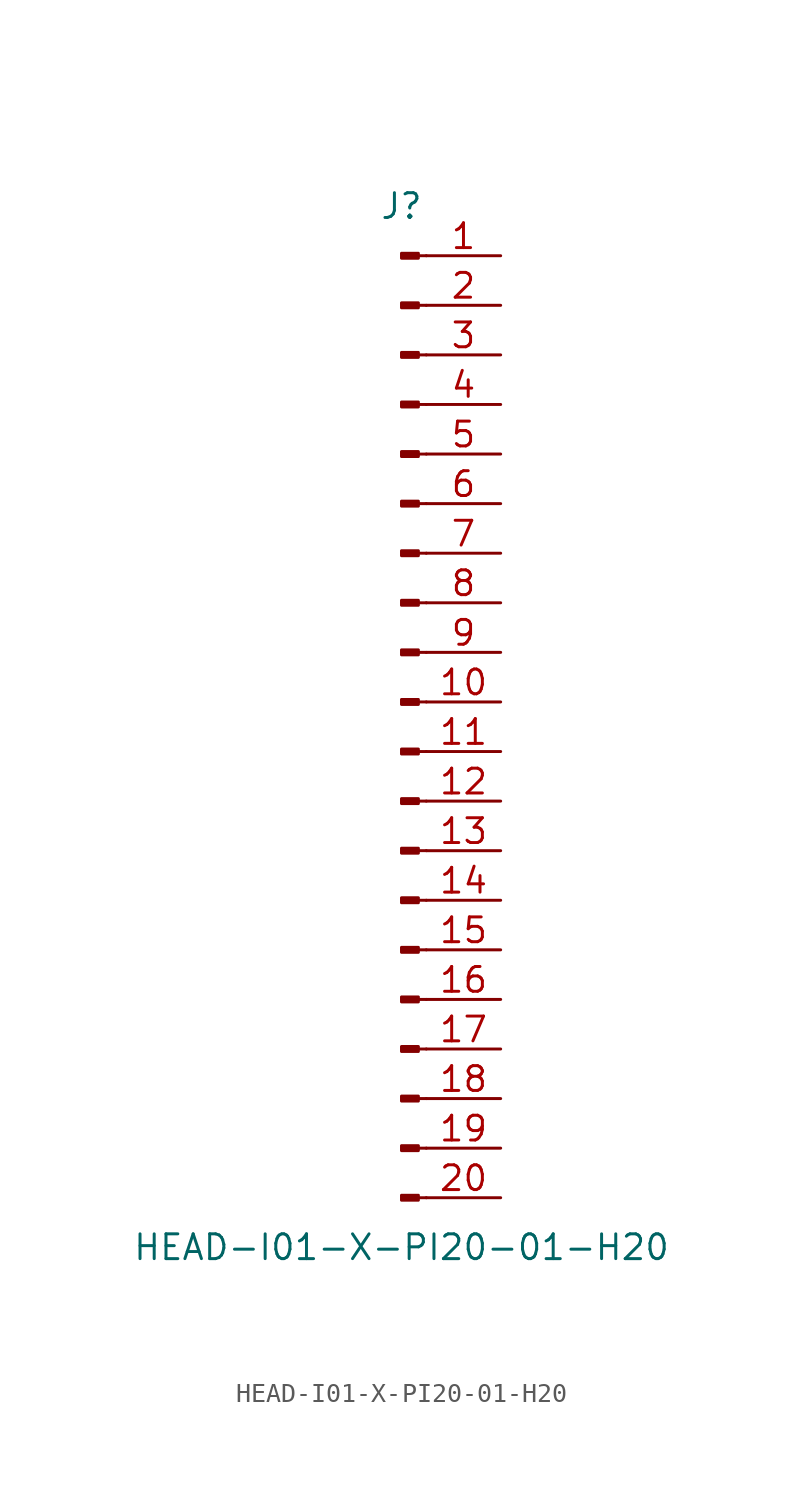
<source format=kicad_sym>
(kicad_symbol_lib
  (version 20211014)
  (generator kicad_symbol_editor)
  (symbol "HEAD-I01-X-PI20-01-H20"
    (pin_names
      (offset 1.016) hide)
    (property "Reference" "J"
      (at 0 25.4 0)
      (effects (font (size 1.27 1.27))))
    (property "Value" "HEAD-I01-X-PI20-01-H20"
      (at 0 -27.94 0)
      (effects (font (size 1.27 1.27))))
    (symbol "HEAD-I01-X-PI20-01-H20_1_1"
      (polyline (pts (xy 1.27 -25.4) (xy 0.864 -25.4)) (stroke (width 0.152) (type default) (color 0 0 0 0)) (fill (type none)))
      (polyline (pts (xy 1.27 -22.86) (xy 0.864 -22.86)) (stroke (width 0.152) (type default) (color 0 0 0 0)) (fill (type none)))
      (polyline (pts (xy 1.27 -20.32) (xy 0.864 -20.32)) (stroke (width 0.152) (type default) (color 0 0 0 0)) (fill (type none)))
      (polyline (pts (xy 1.27 -17.78) (xy 0.864 -17.78)) (stroke (width 0.152) (type default) (color 0 0 0 0)) (fill (type none)))
      (polyline (pts (xy 1.27 -15.24) (xy 0.864 -15.24)) (stroke (width 0.152) (type default) (color 0 0 0 0)) (fill (type none)))
      (polyline (pts (xy 1.27 -12.7) (xy 0.864 -12.7)) (stroke (width 0.152) (type default) (color 0 0 0 0)) (fill (type none)))
      (polyline (pts (xy 1.27 -10.16) (xy 0.864 -10.16)) (stroke (width 0.152) (type default) (color 0 0 0 0)) (fill (type none)))
      (polyline (pts (xy 1.27 -7.62) (xy 0.864 -7.62)) (stroke (width 0.152) (type default) (color 0 0 0 0)) (fill (type none)))
      (polyline (pts (xy 1.27 -5.08) (xy 0.864 -5.08)) (stroke (width 0.152) (type default) (color 0 0 0 0)) (fill (type none)))
      (polyline (pts (xy 1.27 -2.54) (xy 0.864 -2.54)) (stroke (width 0.152) (type default) (color 0 0 0 0)) (fill (type none)))
      (polyline (pts (xy 1.27 0) (xy 0.864 0)) (stroke (width 0.152) (type default) (color 0 0 0 0)) (fill (type none)))
      (polyline (pts (xy 1.27 2.54) (xy 0.864 2.54)) (stroke (width 0.152) (type default) (color 0 0 0 0)) (fill (type none)))
      (polyline (pts (xy 1.27 5.08) (xy 0.864 5.08)) (stroke (width 0.152) (type default) (color 0 0 0 0)) (fill (type none)))
      (polyline (pts (xy 1.27 7.62) (xy 0.864 7.62)) (stroke (width 0.152) (type default) (color 0 0 0 0)) (fill (type none)))
      (polyline (pts (xy 1.27 10.16) (xy 0.864 10.16)) (stroke (width 0.152) (type default) (color 0 0 0 0)) (fill (type none)))
      (polyline (pts (xy 1.27 12.7) (xy 0.864 12.7)) (stroke (width 0.152) (type default) (color 0 0 0 0)) (fill (type none)))
      (polyline (pts (xy 1.27 15.24) (xy 0.864 15.24)) (stroke (width 0.152) (type default) (color 0 0 0 0)) (fill (type none)))
      (polyline (pts (xy 1.27 17.78) (xy 0.864 17.78)) (stroke (width 0.152) (type default) (color 0 0 0 0)) (fill (type none)))
      (polyline (pts (xy 1.27 20.32) (xy 0.864 20.32)) (stroke (width 0.152) (type default) (color 0 0 0 0)) (fill (type none)))
      (polyline (pts (xy 1.27 22.86) (xy 0.864 22.86)) (stroke (width 0.152) (type default) (color 0 0 0 0)) (fill (type none)))
      (rectangle (start 0.864 -25.273) (end 0 -25.527) (stroke (width 0.152) (type default) (color 0 0 0 0)) (fill (type outline)))
      (rectangle (start 0.864 -22.733) (end 0 -22.987) (stroke (width 0.152) (type default) (color 0 0 0 0)) (fill (type outline)))
      (rectangle (start 0.864 -20.193) (end 0 -20.447) (stroke (width 0.152) (type default) (color 0 0 0 0)) (fill (type outline)))
      (rectangle (start 0.864 -17.653) (end 0 -17.907) (stroke (width 0.152) (type default) (color 0 0 0 0)) (fill (type outline)))
      (rectangle (start 0.864 -15.113) (end 0 -15.367) (stroke (width 0.152) (type default) (color 0 0 0 0)) (fill (type outline)))
      (rectangle (start 0.864 -12.573) (end 0 -12.827) (stroke (width 0.152) (type default) (color 0 0 0 0)) (fill (type outline)))
      (rectangle (start 0.864 -10.033) (end 0 -10.287) (stroke (width 0.152) (type default) (color 0 0 0 0)) (fill (type outline)))
      (rectangle (start 0.864 -7.493) (end 0 -7.747) (stroke (width 0.152) (type default) (color 0 0 0 0)) (fill (type outline)))
      (rectangle (start 0.864 -4.953) (end 0 -5.207) (stroke (width 0.152) (type default) (color 0 0 0 0)) (fill (type outline)))
      (rectangle (start 0.864 -2.413) (end 0 -2.667) (stroke (width 0.152) (type default) (color 0 0 0 0)) (fill (type outline)))
      (rectangle (start 0.864 0.127) (end 0 -0.127) (stroke (width 0.152) (type default) (color 0 0 0 0)) (fill (type outline)))
      (rectangle (start 0.864 2.667) (end 0 2.413) (stroke (width 0.152) (type default) (color 0 0 0 0)) (fill (type outline)))
      (rectangle (start 0.864 5.207) (end 0 4.953) (stroke (width 0.152) (type default) (color 0 0 0 0)) (fill (type outline)))
      (rectangle (start 0.864 7.747) (end 0 7.493) (stroke (width 0.152) (type default) (color 0 0 0 0)) (fill (type outline)))
      (rectangle (start 0.864 10.287) (end 0 10.033) (stroke (width 0.152) (type default) (color 0 0 0 0)) (fill (type outline)))
      (rectangle (start 0.864 12.827) (end 0 12.573) (stroke (width 0.152) (type default) (color 0 0 0 0)) (fill (type outline)))
      (rectangle (start 0.864 15.367) (end 0 15.113) (stroke (width 0.152) (type default) (color 0 0 0 0)) (fill (type outline)))
      (rectangle (start 0.864 17.907) (end 0 17.653) (stroke (width 0.152) (type default) (color 0 0 0 0)) (fill (type outline)))
      (rectangle (start 0.864 20.447) (end 0 20.193) (stroke (width 0.152) (type default) (color 0 0 0 0)) (fill (type outline)))
      (rectangle (start 0.864 22.987) (end 0 22.733) (stroke (width 0.152) (type default) (color 0 0 0 0)) (fill (type outline)))
      (pin passive line (at 5.08 22.86 180) (length 3.81) (name "Pin_1" (effects (font (size 1.27 1.27)))) (number "1" (effects (font (size 1.27 1.27)))))
      (pin passive line (at 5.08 0 180) (length 3.81) (name "Pin_10" (effects (font (size 1.27 1.27)))) (number "10" (effects (font (size 1.27 1.27)))))
      (pin passive line (at 5.08 -2.54 180) (length 3.81) (name "Pin_11" (effects (font (size 1.27 1.27)))) (number "11" (effects (font (size 1.27 1.27)))))
      (pin passive line (at 5.08 -5.08 180) (length 3.81) (name "Pin_12" (effects (font (size 1.27 1.27)))) (number "12" (effects (font (size 1.27 1.27)))))
      (pin passive line (at 5.08 -7.62 180) (length 3.81) (name "Pin_13" (effects (font (size 1.27 1.27)))) (number "13" (effects (font (size 1.27 1.27)))))
      (pin passive line (at 5.08 -10.16 180) (length 3.81) (name "Pin_14" (effects (font (size 1.27 1.27)))) (number "14" (effects (font (size 1.27 1.27)))))
      (pin passive line (at 5.08 -12.7 180) (length 3.81) (name "Pin_15" (effects (font (size 1.27 1.27)))) (number "15" (effects (font (size 1.27 1.27)))))
      (pin passive line (at 5.08 -15.24 180) (length 3.81) (name "Pin_16" (effects (font (size 1.27 1.27)))) (number "16" (effects (font (size 1.27 1.27)))))
      (pin passive line (at 5.08 -17.78 180) (length 3.81) (name "Pin_17" (effects (font (size 1.27 1.27)))) (number "17" (effects (font (size 1.27 1.27)))))
      (pin passive line (at 5.08 -20.32 180) (length 3.81) (name "Pin_18" (effects (font (size 1.27 1.27)))) (number "18" (effects (font (size 1.27 1.27)))))
      (pin passive line (at 5.08 -22.86 180) (length 3.81) (name "Pin_19" (effects (font (size 1.27 1.27)))) (number "19" (effects (font (size 1.27 1.27)))))
      (pin passive line (at 5.08 20.32 180) (length 3.81) (name "Pin_2" (effects (font (size 1.27 1.27)))) (number "2" (effects (font (size 1.27 1.27)))))
      (pin passive line (at 5.08 -25.4 180) (length 3.81) (name "Pin_20" (effects (font (size 1.27 1.27)))) (number "20" (effects (font (size 1.27 1.27)))))
      (pin passive line (at 5.08 17.78 180) (length 3.81) (name "Pin_3" (effects (font (size 1.27 1.27)))) (number "3" (effects (font (size 1.27 1.27)))))
      (pin passive line (at 5.08 15.24 180) (length 3.81) (name "Pin_4" (effects (font (size 1.27 1.27)))) (number "4" (effects (font (size 1.27 1.27)))))
      (pin passive line (at 5.08 12.7 180) (length 3.81) (name "Pin_5" (effects (font (size 1.27 1.27)))) (number "5" (effects (font (size 1.27 1.27)))))
      (pin passive line (at 5.08 10.16 180) (length 3.81) (name "Pin_6" (effects (font (size 1.27 1.27)))) (number "6" (effects (font (size 1.27 1.27)))))
      (pin passive line (at 5.08 7.62 180) (length 3.81) (name "Pin_7" (effects (font (size 1.27 1.27)))) (number "7" (effects (font (size 1.27 1.27)))))
      (pin passive line (at 5.08 5.08 180) (length 3.81) (name "Pin_8" (effects (font (size 1.27 1.27)))) (number "8" (effects (font (size 1.27 1.27)))))
      (pin passive line (at 5.08 2.54 180) (length 3.81) (name "Pin_9" (effects (font (size 1.27 1.27)))) (number "9" (effects (font (size 1.27 1.27))))))))
</source>
